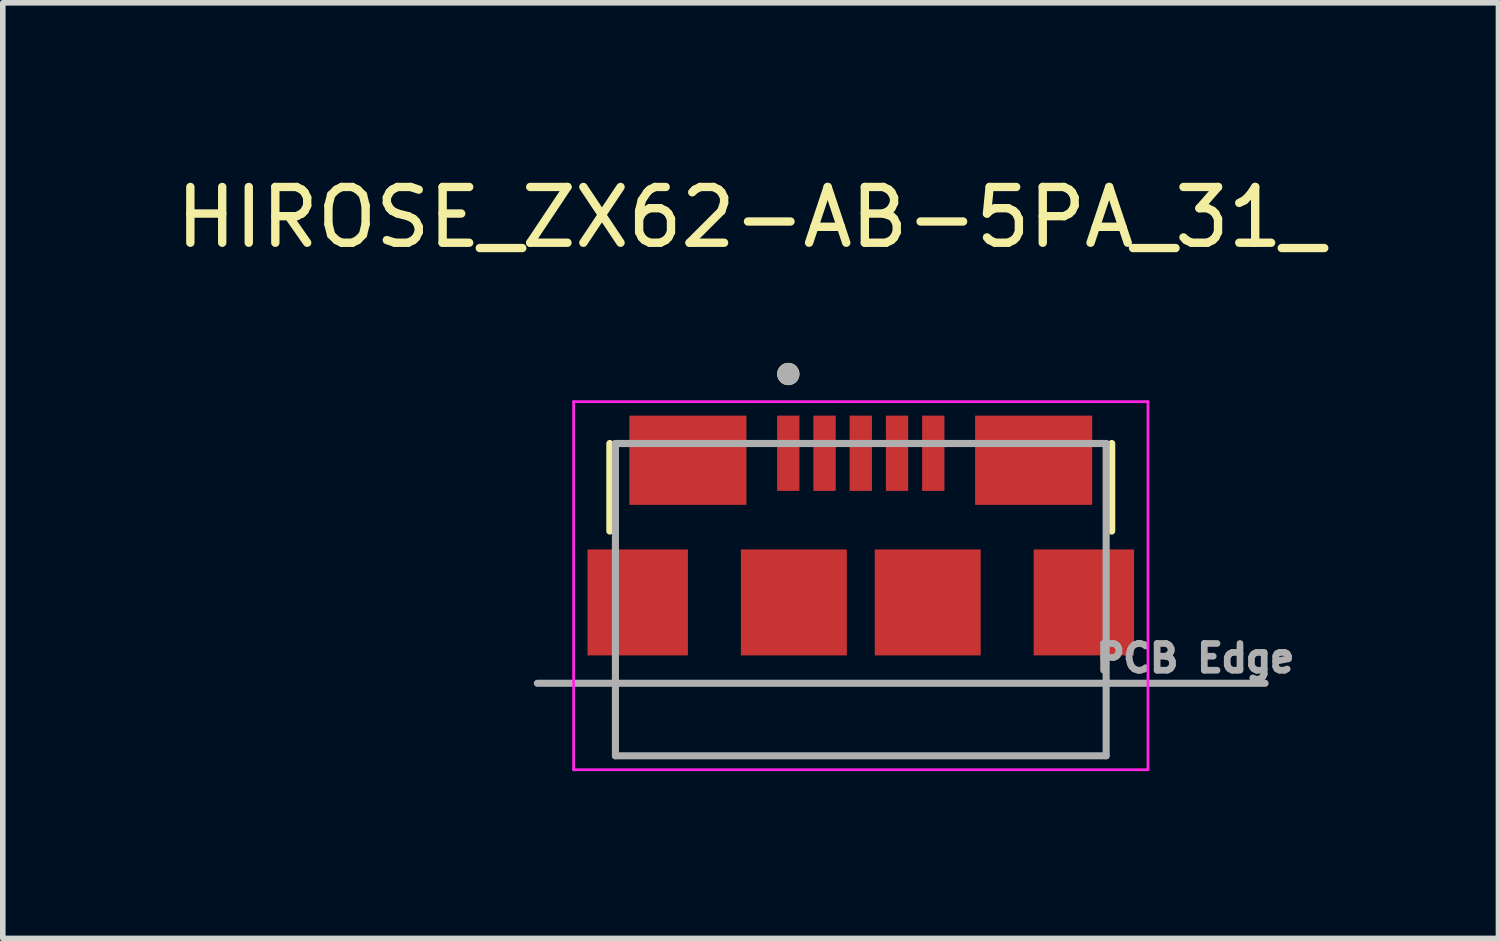
<source format=kicad_pcb>
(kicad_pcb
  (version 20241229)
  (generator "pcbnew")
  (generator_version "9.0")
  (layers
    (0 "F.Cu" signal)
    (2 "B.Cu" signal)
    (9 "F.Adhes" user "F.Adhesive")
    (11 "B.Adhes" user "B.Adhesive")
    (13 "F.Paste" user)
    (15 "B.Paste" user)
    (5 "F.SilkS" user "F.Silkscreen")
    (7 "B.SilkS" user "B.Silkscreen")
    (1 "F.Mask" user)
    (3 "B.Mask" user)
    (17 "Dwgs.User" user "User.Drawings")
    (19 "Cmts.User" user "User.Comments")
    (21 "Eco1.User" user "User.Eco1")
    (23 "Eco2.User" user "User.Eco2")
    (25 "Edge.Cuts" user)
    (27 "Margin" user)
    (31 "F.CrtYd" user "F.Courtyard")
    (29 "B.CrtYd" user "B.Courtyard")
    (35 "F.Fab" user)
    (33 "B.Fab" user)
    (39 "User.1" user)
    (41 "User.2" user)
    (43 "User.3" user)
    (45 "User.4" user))
  (footprint "HIROSE_ZX62-AB-5PA_31_"
    (layer "F.Cu")
    (at 12.386 7.753)
    (property "Reference" "HIROSE_ZX62-AB-5PA_31_" (at -1.975 -6.905 0) (layer "F.SilkS") (effects (font (size 1 1) (thickness 0.15))))
    (attr smd)
    (fp_line (start -4.5 -1.28) (end -4.5 -2.85) (stroke (width 0.127) (type solid)) (layer "F.SilkS"))
    (fp_line (start 4.5 -2.85) (end 4.5 -1.28) (stroke (width 0.127) (type solid)) (layer "F.SilkS"))
    (fp_circle (center -1.3 -4.096) (end -1.2 -4.096) (stroke (width 0.2) (type solid)) (fill no) (layer "F.SilkS"))
    (fp_line (start -5.15 -3.6) (end -5.15 3) (stroke (width 0.05) (type solid)) (layer "F.CrtYd"))
    (fp_line (start -5.15 3) (end 5.15 3) (stroke (width 0.05) (type solid)) (layer "F.CrtYd"))
    (fp_line (start 5.15 -3.6) (end -5.15 -3.6) (stroke (width 0.05) (type solid)) (layer "F.CrtYd"))
    (fp_line (start 5.15 3) (end 5.15 -3.6) (stroke (width 0.05) (type solid)) (layer "F.CrtYd"))
    (fp_line (start -4.4 -2.85) (end 4.4 -2.85) (stroke (width 0.127) (type solid)) (layer "F.Fab"))
    (fp_line (start -4.4 2.75) (end -4.4 -2.85) (stroke (width 0.127) (type solid)) (layer "F.Fab"))
    (fp_line (start 4.4 -2.85) (end 4.4 2.75) (stroke (width 0.127) (type solid)) (layer "F.Fab"))
    (fp_line (start 4.4 2.75) (end -4.4 2.75) (stroke (width 0.127) (type solid)) (layer "F.Fab"))
    (fp_line (start 7.25 1.45) (end -5.8 1.45) (stroke (width 0.127) (type solid)) (layer "F.Fab"))
    (fp_circle (center -1.3 -4.096) (end -1.2 -4.096) (stroke (width 0.2) (type solid)) (fill no) (layer "F.Fab"))
    (fp_text user "PCB Edge" (at 6 1 0) (layer "F.Fab") (effects (font (size 0.48 0.48) (thickness 0.15))))
    (pad "1" smd rect (at -1.3 -2.675) (size 0.4 1.35) (layers "F.Cu" "F.Mask" "F.Paste"))
    (pad "2" smd rect (at -0.65 -2.675) (size 0.4 1.35) (layers "F.Cu" "F.Mask" "F.Paste"))
    (pad "3" smd rect (at 0 -2.675) (size 0.4 1.35) (layers "F.Cu" "F.Mask" "F.Paste"))
    (pad "4" smd rect (at 0.65 -2.675) (size 0.4 1.35) (layers "F.Cu" "F.Mask" "F.Paste"))
    (pad "5" smd rect (at 1.3 -2.675) (size 0.4 1.35) (layers "F.Cu" "F.Mask" "F.Paste"))
    (pad "S1" smd rect (at -3.1 -2.55) (size 2.1 1.6) (layers "F.Cu" "F.Mask" "F.Paste"))
    (pad "S2" smd rect (at 3.1 -2.55) (size 2.1 1.6) (layers "F.Cu" "F.Mask" "F.Paste"))
    (pad "S3" smd rect (at -4 0) (size 1.8 1.9) (layers "F.Cu" "F.Mask" "F.Paste"))
    (pad "S4" smd rect (at -1.2 0) (size 1.9 1.9) (layers "F.Cu" "F.Mask" "F.Paste"))
    (pad "S5" smd rect (at 1.2 0) (size 1.9 1.9) (layers "F.Cu" "F.Mask" "F.Paste"))
    (pad "S6" smd rect (at 4 0) (size 1.8 1.9) (layers "F.Cu" "F.Mask" "F.Paste"))
    (zone (net_name "") (layer "F.Cu") (hatch full 0.508) (connect_pads) (min_thickness 0.01) (filled_areas_thickness no) (keepout (tracks not_allowed) (vias not_allowed) (pads not_allowed) (copperpour not_allowed) (footprints allowed)) (placement (enabled no)) (fill) (polygon (pts (xy 11.086 5.753) (xy 11.086 6.803) (xy 12.136 6.803) (xy 12.136 8.703) (xy 11.086 8.703) (xy 11.086 9.203) (xy 13.686 9.203) (xy 13.686 8.703) (xy 12.636 8.703) (xy 12.636 6.803) (xy 13.686 6.803) (xy 13.686 5.753))))
    (zone (net_name "") (layer "F.Cu") (hatch full 0.508) (connect_pads) (min_thickness 0.01) (filled_areas_thickness no) (keepout (tracks not_allowed) (vias not_allowed) (pads not_allowed) (copperpour not_allowed) (footprints allowed)) (placement (enabled no)) (fill) (polygon (pts (xy 13.686 5.753) (xy 13.686 6.803) (xy 14.536 6.803) (xy 14.536 8.703) (xy 13.686 8.703) (xy 13.686 9.203) (xy 16.136 9.203) (xy 16.136 8.703) (xy 15.486 8.703) (xy 15.486 6.803) (xy 16.136 6.803) (xy 16.136 6.003) (xy 14.436 6.003) (xy 14.436 5.753))))
    (zone (net_name "") (layer "F.Cu") (hatch full 0.508) (connect_pads) (min_thickness 0.01) (filled_areas_thickness no) (keepout (tracks not_allowed) (vias not_allowed) (pads not_allowed) (copperpour not_allowed) (footprints allowed)) (placement (enabled no)) (fill) (polygon (pts (xy 8.636 9.203) (xy 8.636 8.703) (xy 9.286 8.703) (xy 9.286 6.803) (xy 8.636 6.803) (xy 8.636 6.003) (xy 10.336 6.003) (xy 10.336 5.753) (xy 11.086 5.753) (xy 11.086 6.803) (xy 10.236 6.803) (xy 10.236 8.653) (xy 10.236 8.703) (xy 11.086 8.703) (xy 11.086 9.203)))))
  (gr_rect
    (start -3 -3)
    (end 23.821 13.778)
    (stroke (width 0.1) (type default))
    (fill no)
    (layer "Edge.Cuts")))
</source>
